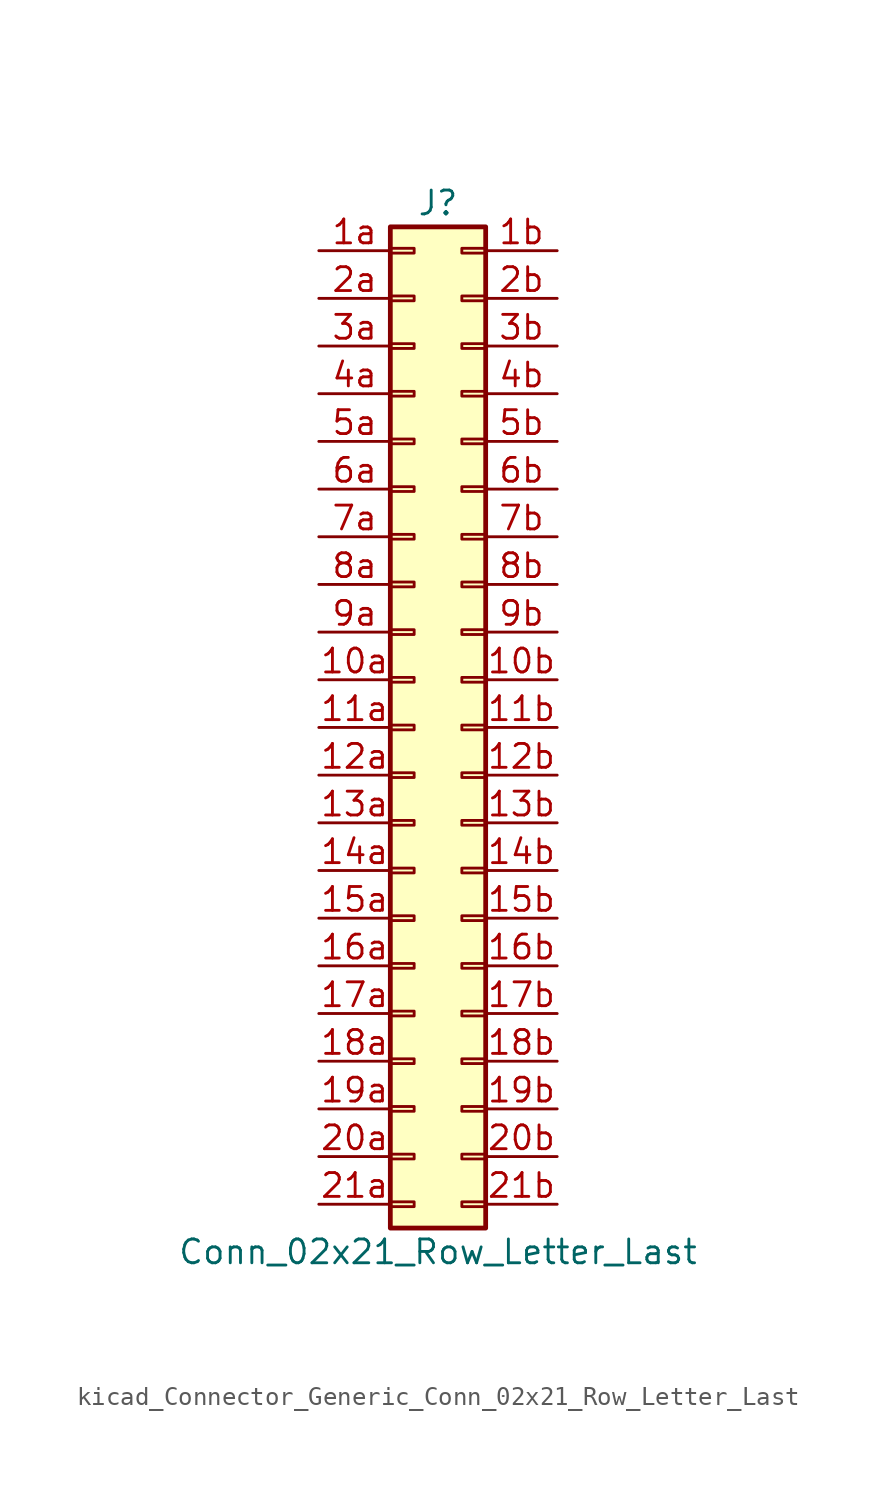
<source format=kicad_sym>
(kicad_symbol_lib
  (version 20220914)
  (generator kicad_symbol_editor)
  (symbol "kicad_Connector_Generic_Conn_02x21_Row_Letter_Last"
    (pin_names
      (offset 1.016) hide)
    (property "Reference" "J"
      (at 1.27 27.94 0)
      (effects (font (size 1.27 1.27))))
    (property "Value" "Conn_02x21_Row_Letter_Last"
      (at 1.27 -27.94 0)
      (effects (font (size 1.27 1.27))))
    (symbol "kicad_Connector_Generic_Conn_02x21_Row_Letter_Last_1_1"
      (rectangle (start -1.27 -25.273) (end 0 -25.527) (stroke (width 0.152) (type default)) (fill (type none)))
      (rectangle (start -1.27 -22.733) (end 0 -22.987) (stroke (width 0.152) (type default)) (fill (type none)))
      (rectangle (start -1.27 -20.193) (end 0 -20.447) (stroke (width 0.152) (type default)) (fill (type none)))
      (rectangle (start -1.27 -17.653) (end 0 -17.907) (stroke (width 0.152) (type default)) (fill (type none)))
      (rectangle (start -1.27 -15.113) (end 0 -15.367) (stroke (width 0.152) (type default)) (fill (type none)))
      (rectangle (start -1.27 -12.573) (end 0 -12.827) (stroke (width 0.152) (type default)) (fill (type none)))
      (rectangle (start -1.27 -10.033) (end 0 -10.287) (stroke (width 0.152) (type default)) (fill (type none)))
      (rectangle (start -1.27 -7.493) (end 0 -7.747) (stroke (width 0.152) (type default)) (fill (type none)))
      (rectangle (start -1.27 -4.953) (end 0 -5.207) (stroke (width 0.152) (type default)) (fill (type none)))
      (rectangle (start -1.27 -2.413) (end 0 -2.667) (stroke (width 0.152) (type default)) (fill (type none)))
      (rectangle (start -1.27 0.127) (end 0 -0.127) (stroke (width 0.152) (type default)) (fill (type none)))
      (rectangle (start -1.27 2.667) (end 0 2.413) (stroke (width 0.152) (type default)) (fill (type none)))
      (rectangle (start -1.27 5.207) (end 0 4.953) (stroke (width 0.152) (type default)) (fill (type none)))
      (rectangle (start -1.27 7.747) (end 0 7.493) (stroke (width 0.152) (type default)) (fill (type none)))
      (rectangle (start -1.27 10.287) (end 0 10.033) (stroke (width 0.152) (type default)) (fill (type none)))
      (rectangle (start -1.27 12.827) (end 0 12.573) (stroke (width 0.152) (type default)) (fill (type none)))
      (rectangle (start -1.27 15.367) (end 0 15.113) (stroke (width 0.152) (type default)) (fill (type none)))
      (rectangle (start -1.27 17.907) (end 0 17.653) (stroke (width 0.152) (type default)) (fill (type none)))
      (rectangle (start -1.27 20.447) (end 0 20.193) (stroke (width 0.152) (type default)) (fill (type none)))
      (rectangle (start -1.27 22.987) (end 0 22.733) (stroke (width 0.152) (type default)) (fill (type none)))
      (rectangle (start -1.27 25.527) (end 0 25.273) (stroke (width 0.152) (type default)) (fill (type none)))
      (rectangle (start -1.27 26.67) (end 3.81 -26.67) (stroke (width 0.254) (type default)) (fill (type background)))
      (rectangle (start 3.81 -25.273) (end 2.54 -25.527) (stroke (width 0.152) (type default)) (fill (type none)))
      (rectangle (start 3.81 -22.733) (end 2.54 -22.987) (stroke (width 0.152) (type default)) (fill (type none)))
      (rectangle (start 3.81 -20.193) (end 2.54 -20.447) (stroke (width 0.152) (type default)) (fill (type none)))
      (rectangle (start 3.81 -17.653) (end 2.54 -17.907) (stroke (width 0.152) (type default)) (fill (type none)))
      (rectangle (start 3.81 -15.113) (end 2.54 -15.367) (stroke (width 0.152) (type default)) (fill (type none)))
      (rectangle (start 3.81 -12.573) (end 2.54 -12.827) (stroke (width 0.152) (type default)) (fill (type none)))
      (rectangle (start 3.81 -10.033) (end 2.54 -10.287) (stroke (width 0.152) (type default)) (fill (type none)))
      (rectangle (start 3.81 -7.493) (end 2.54 -7.747) (stroke (width 0.152) (type default)) (fill (type none)))
      (rectangle (start 3.81 -4.953) (end 2.54 -5.207) (stroke (width 0.152) (type default)) (fill (type none)))
      (rectangle (start 3.81 -2.413) (end 2.54 -2.667) (stroke (width 0.152) (type default)) (fill (type none)))
      (rectangle (start 3.81 0.127) (end 2.54 -0.127) (stroke (width 0.152) (type default)) (fill (type none)))
      (rectangle (start 3.81 2.667) (end 2.54 2.413) (stroke (width 0.152) (type default)) (fill (type none)))
      (rectangle (start 3.81 5.207) (end 2.54 4.953) (stroke (width 0.152) (type default)) (fill (type none)))
      (rectangle (start 3.81 7.747) (end 2.54 7.493) (stroke (width 0.152) (type default)) (fill (type none)))
      (rectangle (start 3.81 10.287) (end 2.54 10.033) (stroke (width 0.152) (type default)) (fill (type none)))
      (rectangle (start 3.81 12.827) (end 2.54 12.573) (stroke (width 0.152) (type default)) (fill (type none)))
      (rectangle (start 3.81 15.367) (end 2.54 15.113) (stroke (width 0.152) (type default)) (fill (type none)))
      (rectangle (start 3.81 17.907) (end 2.54 17.653) (stroke (width 0.152) (type default)) (fill (type none)))
      (rectangle (start 3.81 20.447) (end 2.54 20.193) (stroke (width 0.152) (type default)) (fill (type none)))
      (rectangle (start 3.81 22.987) (end 2.54 22.733) (stroke (width 0.152) (type default)) (fill (type none)))
      (rectangle (start 3.81 25.527) (end 2.54 25.273) (stroke (width 0.152) (type default)) (fill (type none)))
      (pin passive line (at -5.08 2.54 0) (length 3.81) (name "Pin_10a" (effects (font (size 1.27 1.27)))) (number "10a" (effects (font (size 1.27 1.27)))))
      (pin passive line (at 7.62 2.54 180) (length 3.81) (name "Pin_10b" (effects (font (size 1.27 1.27)))) (number "10b" (effects (font (size 1.27 1.27)))))
      (pin passive line (at -5.08 0 0) (length 3.81) (name "Pin_11a" (effects (font (size 1.27 1.27)))) (number "11a" (effects (font (size 1.27 1.27)))))
      (pin passive line (at 7.62 0 180) (length 3.81) (name "Pin_11b" (effects (font (size 1.27 1.27)))) (number "11b" (effects (font (size 1.27 1.27)))))
      (pin passive line (at -5.08 -2.54 0) (length 3.81) (name "Pin_12a" (effects (font (size 1.27 1.27)))) (number "12a" (effects (font (size 1.27 1.27)))))
      (pin passive line (at 7.62 -2.54 180) (length 3.81) (name "Pin_12b" (effects (font (size 1.27 1.27)))) (number "12b" (effects (font (size 1.27 1.27)))))
      (pin passive line (at -5.08 -5.08 0) (length 3.81) (name "Pin_13a" (effects (font (size 1.27 1.27)))) (number "13a" (effects (font (size 1.27 1.27)))))
      (pin passive line (at 7.62 -5.08 180) (length 3.81) (name "Pin_13b" (effects (font (size 1.27 1.27)))) (number "13b" (effects (font (size 1.27 1.27)))))
      (pin passive line (at -5.08 -7.62 0) (length 3.81) (name "Pin_14a" (effects (font (size 1.27 1.27)))) (number "14a" (effects (font (size 1.27 1.27)))))
      (pin passive line (at 7.62 -7.62 180) (length 3.81) (name "Pin_14b" (effects (font (size 1.27 1.27)))) (number "14b" (effects (font (size 1.27 1.27)))))
      (pin passive line (at -5.08 -10.16 0) (length 3.81) (name "Pin_15a" (effects (font (size 1.27 1.27)))) (number "15a" (effects (font (size 1.27 1.27)))))
      (pin passive line (at 7.62 -10.16 180) (length 3.81) (name "Pin_15b" (effects (font (size 1.27 1.27)))) (number "15b" (effects (font (size 1.27 1.27)))))
      (pin passive line (at -5.08 -12.7 0) (length 3.81) (name "Pin_16a" (effects (font (size 1.27 1.27)))) (number "16a" (effects (font (size 1.27 1.27)))))
      (pin passive line (at 7.62 -12.7 180) (length 3.81) (name "Pin_16b" (effects (font (size 1.27 1.27)))) (number "16b" (effects (font (size 1.27 1.27)))))
      (pin passive line (at -5.08 -15.24 0) (length 3.81) (name "Pin_17a" (effects (font (size 1.27 1.27)))) (number "17a" (effects (font (size 1.27 1.27)))))
      (pin passive line (at 7.62 -15.24 180) (length 3.81) (name "Pin_17b" (effects (font (size 1.27 1.27)))) (number "17b" (effects (font (size 1.27 1.27)))))
      (pin passive line (at -5.08 -17.78 0) (length 3.81) (name "Pin_18a" (effects (font (size 1.27 1.27)))) (number "18a" (effects (font (size 1.27 1.27)))))
      (pin passive line (at 7.62 -17.78 180) (length 3.81) (name "Pin_18b" (effects (font (size 1.27 1.27)))) (number "18b" (effects (font (size 1.27 1.27)))))
      (pin passive line (at -5.08 -20.32 0) (length 3.81) (name "Pin_19a" (effects (font (size 1.27 1.27)))) (number "19a" (effects (font (size 1.27 1.27)))))
      (pin passive line (at 7.62 -20.32 180) (length 3.81) (name "Pin_19b" (effects (font (size 1.27 1.27)))) (number "19b" (effects (font (size 1.27 1.27)))))
      (pin passive line (at -5.08 25.4 0) (length 3.81) (name "Pin_1a" (effects (font (size 1.27 1.27)))) (number "1a" (effects (font (size 1.27 1.27)))))
      (pin passive line (at 7.62 25.4 180) (length 3.81) (name "Pin_1b" (effects (font (size 1.27 1.27)))) (number "1b" (effects (font (size 1.27 1.27)))))
      (pin passive line (at -5.08 -22.86 0) (length 3.81) (name "Pin_20a" (effects (font (size 1.27 1.27)))) (number "20a" (effects (font (size 1.27 1.27)))))
      (pin passive line (at 7.62 -22.86 180) (length 3.81) (name "Pin_20b" (effects (font (size 1.27 1.27)))) (number "20b" (effects (font (size 1.27 1.27)))))
      (pin passive line (at -5.08 -25.4 0) (length 3.81) (name "Pin_21a" (effects (font (size 1.27 1.27)))) (number "21a" (effects (font (size 1.27 1.27)))))
      (pin passive line (at 7.62 -25.4 180) (length 3.81) (name "Pin_21b" (effects (font (size 1.27 1.27)))) (number "21b" (effects (font (size 1.27 1.27)))))
      (pin passive line (at -5.08 22.86 0) (length 3.81) (name "Pin_2a" (effects (font (size 1.27 1.27)))) (number "2a" (effects (font (size 1.27 1.27)))))
      (pin passive line (at 7.62 22.86 180) (length 3.81) (name "Pin_2b" (effects (font (size 1.27 1.27)))) (number "2b" (effects (font (size 1.27 1.27)))))
      (pin passive line (at -5.08 20.32 0) (length 3.81) (name "Pin_3a" (effects (font (size 1.27 1.27)))) (number "3a" (effects (font (size 1.27 1.27)))))
      (pin passive line (at 7.62 20.32 180) (length 3.81) (name "Pin_3b" (effects (font (size 1.27 1.27)))) (number "3b" (effects (font (size 1.27 1.27)))))
      (pin passive line (at -5.08 17.78 0) (length 3.81) (name "Pin_4a" (effects (font (size 1.27 1.27)))) (number "4a" (effects (font (size 1.27 1.27)))))
      (pin passive line (at 7.62 17.78 180) (length 3.81) (name "Pin_4b" (effects (font (size 1.27 1.27)))) (number "4b" (effects (font (size 1.27 1.27)))))
      (pin passive line (at -5.08 15.24 0) (length 3.81) (name "Pin_5a" (effects (font (size 1.27 1.27)))) (number "5a" (effects (font (size 1.27 1.27)))))
      (pin passive line (at 7.62 15.24 180) (length 3.81) (name "Pin_5b" (effects (font (size 1.27 1.27)))) (number "5b" (effects (font (size 1.27 1.27)))))
      (pin passive line (at -5.08 12.7 0) (length 3.81) (name "Pin_6a" (effects (font (size 1.27 1.27)))) (number "6a" (effects (font (size 1.27 1.27)))))
      (pin passive line (at 7.62 12.7 180) (length 3.81) (name "Pin_6b" (effects (font (size 1.27 1.27)))) (number "6b" (effects (font (size 1.27 1.27)))))
      (pin passive line (at -5.08 10.16 0) (length 3.81) (name "Pin_7a" (effects (font (size 1.27 1.27)))) (number "7a" (effects (font (size 1.27 1.27)))))
      (pin passive line (at 7.62 10.16 180) (length 3.81) (name "Pin_7b" (effects (font (size 1.27 1.27)))) (number "7b" (effects (font (size 1.27 1.27)))))
      (pin passive line (at -5.08 7.62 0) (length 3.81) (name "Pin_8a" (effects (font (size 1.27 1.27)))) (number "8a" (effects (font (size 1.27 1.27)))))
      (pin passive line (at 7.62 7.62 180) (length 3.81) (name "Pin_8b" (effects (font (size 1.27 1.27)))) (number "8b" (effects (font (size 1.27 1.27)))))
      (pin passive line (at -5.08 5.08 0) (length 3.81) (name "Pin_9a" (effects (font (size 1.27 1.27)))) (number "9a" (effects (font (size 1.27 1.27)))))
      (pin passive line (at 7.62 5.08 180) (length 3.81) (name "Pin_9b" (effects (font (size 1.27 1.27)))) (number "9b" (effects (font (size 1.27 1.27))))))))
</source>
